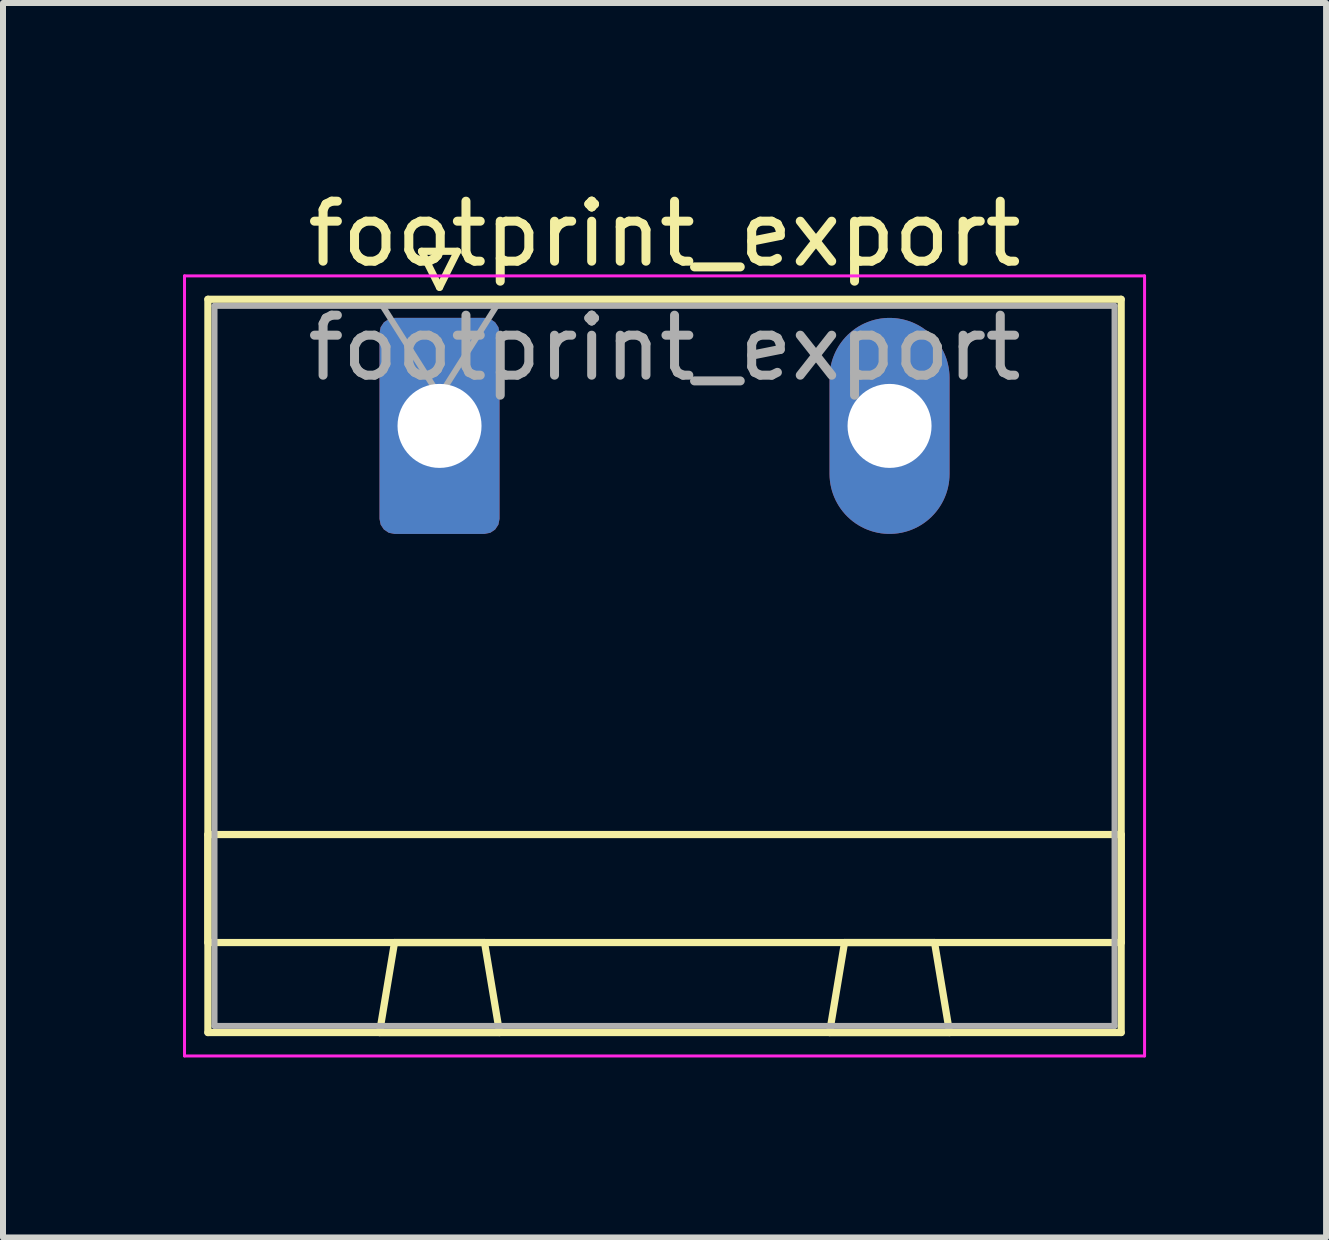
<source format=kicad_pcb>
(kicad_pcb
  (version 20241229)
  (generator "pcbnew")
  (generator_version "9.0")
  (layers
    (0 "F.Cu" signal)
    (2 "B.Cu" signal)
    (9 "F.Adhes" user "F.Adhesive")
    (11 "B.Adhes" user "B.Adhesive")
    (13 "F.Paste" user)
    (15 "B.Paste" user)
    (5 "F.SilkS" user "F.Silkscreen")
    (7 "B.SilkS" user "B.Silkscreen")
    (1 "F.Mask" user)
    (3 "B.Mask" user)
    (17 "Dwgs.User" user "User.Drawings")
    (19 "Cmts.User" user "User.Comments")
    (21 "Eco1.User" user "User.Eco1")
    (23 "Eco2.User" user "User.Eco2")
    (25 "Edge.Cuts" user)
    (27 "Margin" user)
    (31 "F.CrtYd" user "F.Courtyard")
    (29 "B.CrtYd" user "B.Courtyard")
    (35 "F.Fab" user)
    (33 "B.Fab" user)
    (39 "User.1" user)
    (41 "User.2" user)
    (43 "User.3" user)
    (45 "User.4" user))
  (footprint "footprint_export"
    (layer "F.Cu")
    (at 4.275 4.048)
    (property "Reference" "footprint_export" (at 3.75 -3.2 0) (layer "F.SilkS") (effects (font (size 1 1) (thickness 0.15))))
    (attr through_hole)
    (fp_line (start -3.86 -2.11) (end -3.86 10.11) (stroke (width 0.12) (type solid)) (layer "F.SilkS"))
    (fp_line (start -3.86 6.81) (end 11.36 6.81) (stroke (width 0.12) (type solid)) (layer "F.SilkS"))
    (fp_line (start -3.86 8.61) (end -3.86 6.81) (stroke (width 0.12) (type solid)) (layer "F.SilkS"))
    (fp_line (start -3.86 10.11) (end 11.36 10.11) (stroke (width 0.12) (type solid)) (layer "F.SilkS"))
    (fp_line (start -1 10.11) (end 1 10.11) (stroke (width 0.12) (type solid)) (layer "F.SilkS"))
    (fp_line (start -0.75 8.61) (end -1 10.11) (stroke (width 0.12) (type solid)) (layer "F.SilkS"))
    (fp_line (start -0.3 -2.91) (end 0.3 -2.91) (stroke (width 0.12) (type solid)) (layer "F.SilkS"))
    (fp_line (start 0 -2.31) (end -0.3 -2.91) (stroke (width 0.12) (type solid)) (layer "F.SilkS"))
    (fp_line (start 0.3 -2.91) (end 0 -2.31) (stroke (width 0.12) (type solid)) (layer "F.SilkS"))
    (fp_line (start 0.75 8.61) (end -0.75 8.61) (stroke (width 0.12) (type solid)) (layer "F.SilkS"))
    (fp_line (start 1 10.11) (end 0.75 8.61) (stroke (width 0.12) (type solid)) (layer "F.SilkS"))
    (fp_line (start 6.5 10.11) (end 8.5 10.11) (stroke (width 0.12) (type solid)) (layer "F.SilkS"))
    (fp_line (start 6.75 8.61) (end 6.5 10.11) (stroke (width 0.12) (type solid)) (layer "F.SilkS"))
    (fp_line (start 8.25 8.61) (end 6.75 8.61) (stroke (width 0.12) (type solid)) (layer "F.SilkS"))
    (fp_line (start 8.5 10.11) (end 8.25 8.61) (stroke (width 0.12) (type solid)) (layer "F.SilkS"))
    (fp_line (start 11.36 -2.11) (end -3.86 -2.11) (stroke (width 0.12) (type solid)) (layer "F.SilkS"))
    (fp_line (start 11.36 6.81) (end 11.36 8.61) (stroke (width 0.12) (type solid)) (layer "F.SilkS"))
    (fp_line (start 11.36 8.61) (end -3.86 8.61) (stroke (width 0.12) (type solid)) (layer "F.SilkS"))
    (fp_line (start 11.36 10.11) (end 11.36 -2.11) (stroke (width 0.12) (type solid)) (layer "F.SilkS"))
    (fp_line (start -4.25 -2.5) (end -4.25 10.5) (stroke (width 0.05) (type solid)) (layer "F.CrtYd"))
    (fp_line (start -4.25 10.5) (end 11.75 10.5) (stroke (width 0.05) (type solid)) (layer "F.CrtYd"))
    (fp_line (start 11.75 -2.5) (end -4.25 -2.5) (stroke (width 0.05) (type solid)) (layer "F.CrtYd"))
    (fp_line (start 11.75 10.5) (end 11.75 -2.5) (stroke (width 0.05) (type solid)) (layer "F.CrtYd"))
    (fp_line (start -3.75 -2) (end -3.75 10) (stroke (width 0.1) (type solid)) (layer "F.Fab"))
    (fp_line (start -3.75 10) (end 11.25 10) (stroke (width 0.1) (type solid)) (layer "F.Fab"))
    (fp_line (start 0 -0.5) (end -0.95 -2) (stroke (width 0.1) (type solid)) (layer "F.Fab"))
    (fp_line (start 0.95 -2) (end 0 -0.5) (stroke (width 0.1) (type solid)) (layer "F.Fab"))
    (fp_line (start 11.25 -2) (end -3.75 -2) (stroke (width 0.1) (type solid)) (layer "F.Fab"))
    (fp_line (start 11.25 10) (end 11.25 -2) (stroke (width 0.1) (type solid)) (layer "F.Fab"))
    (fp_text user "${REFERENCE}" (at 3.75 -1.3 0) (layer "F.Fab") (effects (font (size 1 1) (thickness 0.15))))
    (pad "1" thru_hole roundrect (at 0 0) (size 2 3.6) (drill 1.4) (layers "*.Cu" "*.Mask") (roundrect_rratio 0.125))
    (pad "2" thru_hole oval (at 7.5 0) (size 2 3.6) (drill 1.4) (layers "*.Cu" "*.Mask")))
  (gr_rect
    (start -3 -3)
    (end 19.05 17.573)
    (stroke (width 0.1) (type default))
    (fill no)
    (layer "Edge.Cuts")))
</source>
